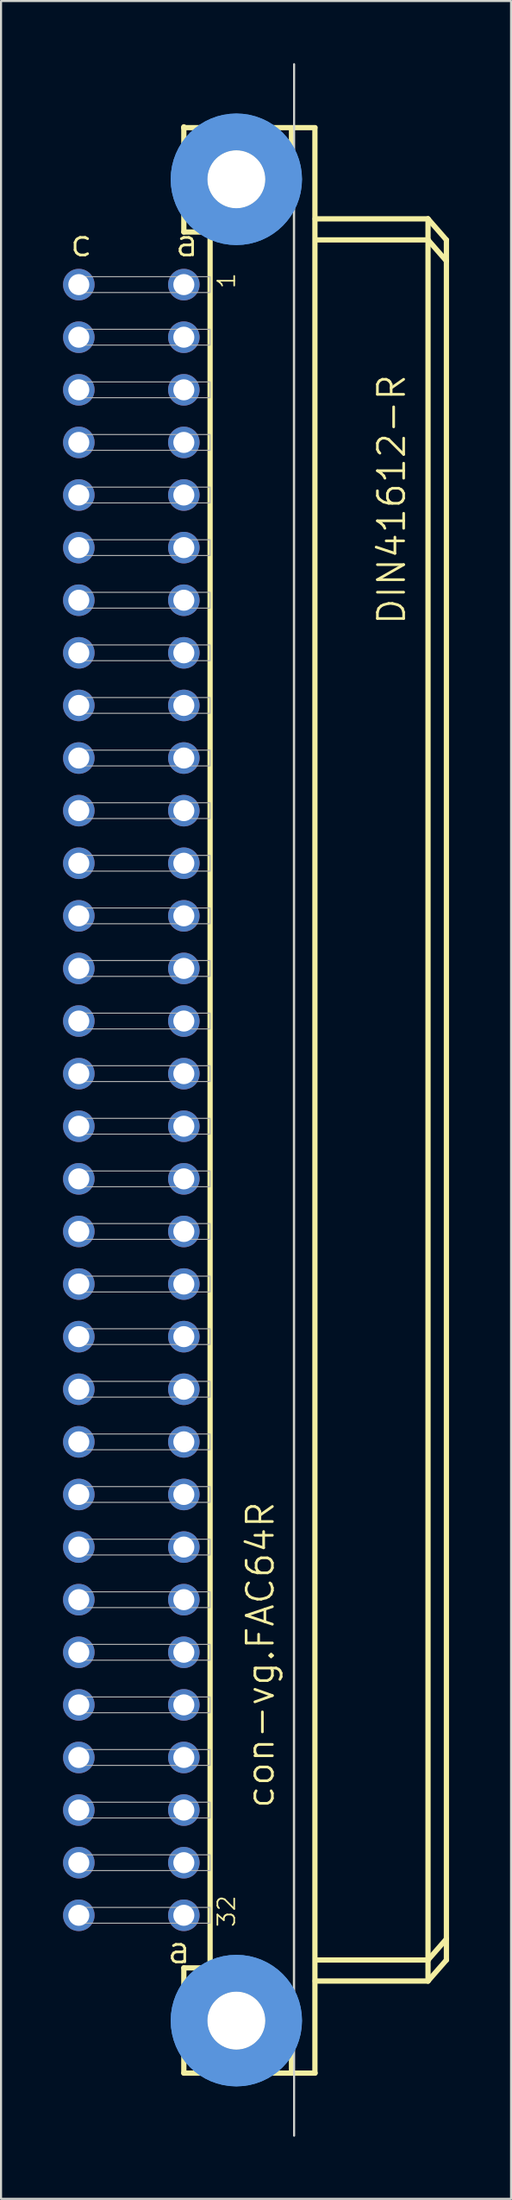
<source format=kicad_pcb>
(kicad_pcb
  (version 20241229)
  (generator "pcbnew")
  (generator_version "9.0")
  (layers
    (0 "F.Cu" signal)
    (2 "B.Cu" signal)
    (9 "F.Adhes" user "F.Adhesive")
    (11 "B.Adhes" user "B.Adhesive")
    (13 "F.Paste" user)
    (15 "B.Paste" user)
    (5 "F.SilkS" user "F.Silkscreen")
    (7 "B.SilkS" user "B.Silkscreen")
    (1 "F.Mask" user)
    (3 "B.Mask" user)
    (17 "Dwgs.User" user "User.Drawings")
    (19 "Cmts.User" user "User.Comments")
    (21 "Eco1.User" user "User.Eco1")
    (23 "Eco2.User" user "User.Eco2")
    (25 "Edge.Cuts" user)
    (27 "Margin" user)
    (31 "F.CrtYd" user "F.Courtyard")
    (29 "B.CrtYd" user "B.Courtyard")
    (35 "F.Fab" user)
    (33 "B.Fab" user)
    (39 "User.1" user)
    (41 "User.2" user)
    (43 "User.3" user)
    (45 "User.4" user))
  (footprint "con-vg.FAC64R"
    (layer "F.Cu")
    (at 8.382 50.063)
    (property "Reference" "con-vg.FAC64R" (at 1.905 34.29 90) (layer "F.SilkS") (effects (font (size 1.27 1.27) (thickness 0.13)) (justify left bottom)))
    (attr through_hole)
    (fp_line (start -2.54 -46.99) (end -2.54 -46.95) (stroke (width 0.254) (type default)) (layer "F.SilkS"))
    (fp_line (start -2.54 -46.95) (end -2.54 -41.91) (stroke (width 0.254) (type default)) (layer "F.SilkS"))
    (fp_line (start -2.54 -46.95) (end 3.81 -46.95) (stroke (width 0.254) (type default)) (layer "F.SilkS"))
    (fp_line (start -2.54 -41.91) (end -1.27 -41.91) (stroke (width 0.254) (type default)) (layer "F.SilkS"))
    (fp_line (start -2.54 41.91) (end -1.27 41.91) (stroke (width 0.254) (type default)) (layer "F.SilkS"))
    (fp_line (start -2.54 46.99) (end -2.54 41.91) (stroke (width 0.254) (type default)) (layer "F.SilkS"))
    (fp_line (start -2.54 46.99) (end 2.667 46.99) (stroke (width 0.254) (type default)) (layer "F.SilkS"))
    (fp_line (start -1.27 -41.91) (end -1.27 41.91) (stroke (width 0.254) (type default)) (layer "F.SilkS"))
    (fp_line (start -1.27 -41.91) (end 1.27 -41.91) (stroke (width 0.254) (type default)) (layer "F.SilkS"))
    (fp_line (start -1.27 41.91) (end 1.27 41.91) (stroke (width 0.254) (type default)) (layer "F.SilkS"))
    (fp_line (start 1.27 -41.91) (end 2.667 -43.18) (stroke (width 0.254) (type default)) (layer "F.SilkS"))
    (fp_line (start 1.27 41.91) (end 2.667 43.18) (stroke (width 0.254) (type default)) (layer "F.SilkS"))
    (fp_line (start 2.667 -43.18) (end 2.667 -46.863) (stroke (width 0.254) (type default)) (layer "F.SilkS"))
    (fp_line (start 2.667 43.18) (end 2.667 46.99) (stroke (width 0.254) (type default)) (layer "F.SilkS"))
    (fp_line (start 2.667 46.99) (end 3.81 46.99) (stroke (width 0.254) (type default)) (layer "F.SilkS"))
    (fp_line (start 2.76 -46.86) (end 2.76 46.987) (stroke (width 0.051) (type default)) (layer "F.SilkS"))
    (fp_line (start 3.8 46.987) (end 3.8 -46.86) (stroke (width 0.254) (type default)) (layer "F.SilkS"))
    (fp_line (start 3.81 -42.545) (end 9.271 -42.545) (stroke (width 0.254) (type default)) (layer "F.SilkS"))
    (fp_line (start 3.937 41.529) (end 9.271 41.529) (stroke (width 0.254) (type default)) (layer "F.SilkS"))
    (fp_line (start 9.271 -41.529) (end 3.937 -41.529) (stroke (width 0.254) (type default)) (layer "F.SilkS"))
    (fp_line (start 9.271 -41.529) (end 9.271 -42.545) (stroke (width 0.254) (type default)) (layer "F.SilkS"))
    (fp_line (start 9.271 41.529) (end 9.271 -41.529) (stroke (width 0.254) (type default)) (layer "F.SilkS"))
    (fp_line (start 9.271 41.529) (end 10.16 40.513) (stroke (width 0.254) (type default)) (layer "F.SilkS"))
    (fp_line (start 9.271 42.545) (end 3.81 42.545) (stroke (width 0.254) (type default)) (layer "F.SilkS"))
    (fp_line (start 9.271 42.545) (end 9.271 41.529) (stroke (width 0.254) (type default)) (layer "F.SilkS"))
    (fp_line (start 9.271 42.545) (end 10.16 41.529) (stroke (width 0.254) (type default)) (layer "F.SilkS"))
    (fp_line (start 10.16 -41.529) (end 9.271 -42.545) (stroke (width 0.254) (type default)) (layer "F.SilkS"))
    (fp_line (start 10.16 -40.513) (end 9.271 -41.529) (stroke (width 0.254) (type default)) (layer "F.SilkS"))
    (fp_line (start 10.16 -40.513) (end 10.16 -41.529) (stroke (width 0.254) (type default)) (layer "F.SilkS"))
    (fp_line (start 10.16 40.513) (end 10.16 -40.513) (stroke (width 0.254) (type default)) (layer "F.SilkS"))
    (fp_line (start 10.16 41.529) (end 10.16 40.513) (stroke (width 0.254) (type default)) (layer "F.SilkS"))
    (fp_circle (center 0 -44.456) (end 1.27 -44.456) (stroke (width 0.254) (type default)) (fill no) (layer "F.SilkS"))
    (fp_circle (center 0 44.456) (end 1.27 44.456) (stroke (width 0.254) (type default)) (fill no) (layer "F.SilkS"))
    (fp_circle (center 0 -44.456) (end 2.286 -44.456) (stroke (width 1.778) (type default)) (fill no) (layer "Cmts.User"))
    (fp_circle (center 0 -44.456) (end 2.286 -44.456) (stroke (width 1.778) (type default)) (fill no) (layer "Cmts.User"))
    (fp_circle (center 0 44.456) (end 2.286 44.456) (stroke (width 1.778) (type default)) (fill no) (layer "Cmts.User"))
    (fp_circle (center 0 44.456) (end 2.286 44.456) (stroke (width 1.778) (type default)) (fill no) (layer "Cmts.User"))
    (fp_line (start 2.794 50.013) (end 2.794 -50.013) (stroke (width 0.1) (type default)) (layer "Edge.Cuts"))
    (fp_rect (start -7.874 -38.989) (end -1.27 -39.751) (stroke (width 0.05) (type default)) (fill no) (layer "F.Fab"))
    (fp_rect (start -7.874 -36.449) (end -1.27 -37.211) (stroke (width 0.05) (type default)) (fill no) (layer "F.Fab"))
    (fp_rect (start -7.874 -33.909) (end -1.27 -34.671) (stroke (width 0.05) (type default)) (fill no) (layer "F.Fab"))
    (fp_rect (start -7.874 -31.369) (end -1.27 -32.131) (stroke (width 0.05) (type default)) (fill no) (layer "F.Fab"))
    (fp_rect (start -7.874 -28.829) (end -1.27 -29.591) (stroke (width 0.05) (type default)) (fill no) (layer "F.Fab"))
    (fp_rect (start -7.874 -26.289) (end -1.27 -27.051) (stroke (width 0.05) (type default)) (fill no) (layer "F.Fab"))
    (fp_rect (start -7.874 -23.749) (end -1.27 -24.511) (stroke (width 0.05) (type default)) (fill no) (layer "F.Fab"))
    (fp_rect (start -7.874 -21.209) (end -1.27 -21.971) (stroke (width 0.05) (type default)) (fill no) (layer "F.Fab"))
    (fp_rect (start -7.874 -18.669) (end -1.27 -19.431) (stroke (width 0.05) (type default)) (fill no) (layer "F.Fab"))
    (fp_rect (start -7.874 -16.129) (end -1.27 -16.891) (stroke (width 0.05) (type default)) (fill no) (layer "F.Fab"))
    (fp_rect (start -7.874 -13.589) (end -1.27 -14.351) (stroke (width 0.05) (type default)) (fill no) (layer "F.Fab"))
    (fp_rect (start -7.874 -11.049) (end -1.27 -11.811) (stroke (width 0.05) (type default)) (fill no) (layer "F.Fab"))
    (fp_rect (start -7.874 -8.509) (end -1.27 -9.271) (stroke (width 0.05) (type default)) (fill no) (layer "F.Fab"))
    (fp_rect (start -7.874 -5.969) (end -1.27 -6.731) (stroke (width 0.05) (type default)) (fill no) (layer "F.Fab"))
    (fp_rect (start -7.874 -3.429) (end -1.27 -4.191) (stroke (width 0.05) (type default)) (fill no) (layer "F.Fab"))
    (fp_rect (start -7.874 -0.889) (end -1.27 -1.651) (stroke (width 0.05) (type default)) (fill no) (layer "F.Fab"))
    (fp_rect (start -7.874 1.651) (end -1.27 0.889) (stroke (width 0.05) (type default)) (fill no) (layer "F.Fab"))
    (fp_rect (start -7.874 4.191) (end -1.27 3.429) (stroke (width 0.05) (type default)) (fill no) (layer "F.Fab"))
    (fp_rect (start -7.874 6.731) (end -1.27 5.969) (stroke (width 0.05) (type default)) (fill no) (layer "F.Fab"))
    (fp_rect (start -7.874 9.271) (end -1.27 8.509) (stroke (width 0.05) (type default)) (fill no) (layer "F.Fab"))
    (fp_rect (start -7.874 11.811) (end -1.27 11.049) (stroke (width 0.05) (type default)) (fill no) (layer "F.Fab"))
    (fp_rect (start -7.874 14.351) (end -1.27 13.589) (stroke (width 0.05) (type default)) (fill no) (layer "F.Fab"))
    (fp_rect (start -7.874 16.891) (end -1.27 16.129) (stroke (width 0.05) (type default)) (fill no) (layer "F.Fab"))
    (fp_rect (start -7.874 19.431) (end -1.27 18.669) (stroke (width 0.05) (type default)) (fill no) (layer "F.Fab"))
    (fp_rect (start -7.874 21.971) (end -1.27 21.209) (stroke (width 0.05) (type default)) (fill no) (layer "F.Fab"))
    (fp_rect (start -7.874 24.511) (end -1.27 23.749) (stroke (width 0.05) (type default)) (fill no) (layer "F.Fab"))
    (fp_rect (start -7.874 27.051) (end -1.27 26.289) (stroke (width 0.05) (type default)) (fill no) (layer "F.Fab"))
    (fp_rect (start -7.874 29.591) (end -1.27 28.829) (stroke (width 0.05) (type default)) (fill no) (layer "F.Fab"))
    (fp_rect (start -7.874 32.131) (end -1.27 31.369) (stroke (width 0.05) (type default)) (fill no) (layer "F.Fab"))
    (fp_rect (start -7.874 34.671) (end -1.27 33.909) (stroke (width 0.05) (type default)) (fill no) (layer "F.Fab"))
    (fp_rect (start -7.874 37.211) (end -1.27 36.449) (stroke (width 0.05) (type default)) (fill no) (layer "F.Fab"))
    (fp_rect (start -7.874 39.751) (end -1.27 38.989) (stroke (width 0.05) (type default)) (fill no) (layer "F.Fab"))
    (fp_text user "DIN41612-R" (at 8.255 -22.86 90) (layer "F.SilkS") (effects (font (size 1.27 1.27) (thickness 0.13)) (justify left bottom)))
    (fp_text user "a " (at -3.429 41.783 0) (layer "F.SilkS") (effects (font (size 1.27 1.27) (thickness 0.13)) (justify left bottom)))
    (fp_text user "a" (at -3.048 -40.64 0) (layer "F.SilkS") (effects (font (size 1.27 1.27) (thickness 0.13)) (justify left bottom)))
    (fp_text user "c" (at -8.128 -40.64 0) (layer "F.SilkS") (effects (font (size 1.27 1.27) (thickness 0.13)) (justify left bottom)))
    (fp_text user "32" (at 0 40.005 90) (layer "F.SilkS") (effects (font (size 0.813 0.813) (thickness 0.08)) (justify left bottom)))
    (fp_text user "1" (at 0 -39.116 90) (layer "F.SilkS") (effects (font (size 0.813 0.813) (thickness 0.08)) (justify left bottom)))
    (pad "" np_thru_hole circle (at 0 -44.456) (size 2.794 2.794) (drill 2.794) (layers "*.Cu" "*.Mask"))
    (pad "" np_thru_hole circle (at 0 44.456) (size 2.794 2.794) (drill 2.794) (layers "*.Cu" "*.Mask"))
    (pad "A1" thru_hole circle (at -2.54 -39.37) (size 1.524 1.524) (drill 1.016) (layers "*.Cu" "*.Mask"))
    (pad "A2" thru_hole circle (at -2.54 -36.83) (size 1.524 1.524) (drill 1.016) (layers "*.Cu" "*.Mask"))
    (pad "A3" thru_hole circle (at -2.54 -34.29) (size 1.524 1.524) (drill 1.016) (layers "*.Cu" "*.Mask"))
    (pad "A4" thru_hole circle (at -2.54 -31.75) (size 1.524 1.524) (drill 1.016) (layers "*.Cu" "*.Mask"))
    (pad "A5" thru_hole circle (at -2.54 -29.21) (size 1.524 1.524) (drill 1.016) (layers "*.Cu" "*.Mask"))
    (pad "A6" thru_hole circle (at -2.54 -26.67) (size 1.524 1.524) (drill 1.016) (layers "*.Cu" "*.Mask"))
    (pad "A7" thru_hole circle (at -2.54 -24.13) (size 1.524 1.524) (drill 1.016) (layers "*.Cu" "*.Mask"))
    (pad "A8" thru_hole circle (at -2.54 -21.59) (size 1.524 1.524) (drill 1.016) (layers "*.Cu" "*.Mask"))
    (pad "A9" thru_hole circle (at -2.54 -19.05) (size 1.524 1.524) (drill 1.016) (layers "*.Cu" "*.Mask"))
    (pad "A10" thru_hole circle (at -2.54 -16.51) (size 1.524 1.524) (drill 1.016) (layers "*.Cu" "*.Mask"))
    (pad "A11" thru_hole circle (at -2.54 -13.97) (size 1.524 1.524) (drill 1.016) (layers "*.Cu" "*.Mask"))
    (pad "A12" thru_hole circle (at -2.54 -11.43) (size 1.524 1.524) (drill 1.016) (layers "*.Cu" "*.Mask"))
    (pad "A13" thru_hole circle (at -2.54 -8.89) (size 1.524 1.524) (drill 1.016) (layers "*.Cu" "*.Mask"))
    (pad "A14" thru_hole circle (at -2.54 -6.35) (size 1.524 1.524) (drill 1.016) (layers "*.Cu" "*.Mask"))
    (pad "A15" thru_hole circle (at -2.54 -3.81) (size 1.524 1.524) (drill 1.016) (layers "*.Cu" "*.Mask"))
    (pad "A16" thru_hole circle (at -2.54 -1.27) (size 1.524 1.524) (drill 1.016) (layers "*.Cu" "*.Mask"))
    (pad "A17" thru_hole circle (at -2.54 1.27) (size 1.524 1.524) (drill 1.016) (layers "*.Cu" "*.Mask"))
    (pad "A18" thru_hole circle (at -2.54 3.81) (size 1.524 1.524) (drill 1.016) (layers "*.Cu" "*.Mask"))
    (pad "A19" thru_hole circle (at -2.54 6.35) (size 1.524 1.524) (drill 1.016) (layers "*.Cu" "*.Mask"))
    (pad "A20" thru_hole circle (at -2.54 8.89) (size 1.524 1.524) (drill 1.016) (layers "*.Cu" "*.Mask"))
    (pad "A21" thru_hole circle (at -2.54 11.43) (size 1.524 1.524) (drill 1.016) (layers "*.Cu" "*.Mask"))
    (pad "A22" thru_hole circle (at -2.54 13.97) (size 1.524 1.524) (drill 1.016) (layers "*.Cu" "*.Mask"))
    (pad "A23" thru_hole circle (at -2.54 16.51) (size 1.524 1.524) (drill 1.016) (layers "*.Cu" "*.Mask"))
    (pad "A24" thru_hole circle (at -2.54 19.05) (size 1.524 1.524) (drill 1.016) (layers "*.Cu" "*.Mask"))
    (pad "A25" thru_hole circle (at -2.54 21.59) (size 1.524 1.524) (drill 1.016) (layers "*.Cu" "*.Mask"))
    (pad "A26" thru_hole circle (at -2.54 24.13) (size 1.524 1.524) (drill 1.016) (layers "*.Cu" "*.Mask"))
    (pad "A27" thru_hole circle (at -2.54 26.67) (size 1.524 1.524) (drill 1.016) (layers "*.Cu" "*.Mask"))
    (pad "A28" thru_hole circle (at -2.54 29.21) (size 1.524 1.524) (drill 1.016) (layers "*.Cu" "*.Mask"))
    (pad "A29" thru_hole circle (at -2.54 31.75) (size 1.524 1.524) (drill 1.016) (layers "*.Cu" "*.Mask"))
    (pad "A30" thru_hole circle (at -2.54 34.29) (size 1.524 1.524) (drill 1.016) (layers "*.Cu" "*.Mask"))
    (pad "A31" thru_hole circle (at -2.54 36.83) (size 1.524 1.524) (drill 1.016) (layers "*.Cu" "*.Mask"))
    (pad "A32" thru_hole circle (at -2.54 39.37) (size 1.524 1.524) (drill 1.016) (layers "*.Cu" "*.Mask"))
    (pad "C1" thru_hole circle (at -7.62 -39.37) (size 1.524 1.524) (drill 1.016) (layers "*.Cu" "*.Mask"))
    (pad "C2" thru_hole circle (at -7.62 -36.83) (size 1.524 1.524) (drill 1.016) (layers "*.Cu" "*.Mask"))
    (pad "C3" thru_hole circle (at -7.62 -34.29) (size 1.524 1.524) (drill 1.016) (layers "*.Cu" "*.Mask"))
    (pad "C4" thru_hole circle (at -7.62 -31.75) (size 1.524 1.524) (drill 1.016) (layers "*.Cu" "*.Mask"))
    (pad "C5" thru_hole circle (at -7.62 -29.21) (size 1.524 1.524) (drill 1.016) (layers "*.Cu" "*.Mask"))
    (pad "C6" thru_hole circle (at -7.62 -26.67) (size 1.524 1.524) (drill 1.016) (layers "*.Cu" "*.Mask"))
    (pad "C7" thru_hole circle (at -7.62 -24.13) (size 1.524 1.524) (drill 1.016) (layers "*.Cu" "*.Mask"))
    (pad "C8" thru_hole circle (at -7.62 -21.59) (size 1.524 1.524) (drill 1.016) (layers "*.Cu" "*.Mask"))
    (pad "C9" thru_hole circle (at -7.62 -19.05) (size 1.524 1.524) (drill 1.016) (layers "*.Cu" "*.Mask"))
    (pad "C10" thru_hole circle (at -7.62 -16.51) (size 1.524 1.524) (drill 1.016) (layers "*.Cu" "*.Mask"))
    (pad "C11" thru_hole circle (at -7.62 -13.97) (size 1.524 1.524) (drill 1.016) (layers "*.Cu" "*.Mask"))
    (pad "C12" thru_hole circle (at -7.62 -11.43) (size 1.524 1.524) (drill 1.016) (layers "*.Cu" "*.Mask"))
    (pad "C13" thru_hole circle (at -7.62 -8.89) (size 1.524 1.524) (drill 1.016) (layers "*.Cu" "*.Mask"))
    (pad "C14" thru_hole circle (at -7.62 -6.35) (size 1.524 1.524) (drill 1.016) (layers "*.Cu" "*.Mask"))
    (pad "C15" thru_hole circle (at -7.62 -3.81) (size 1.524 1.524) (drill 1.016) (layers "*.Cu" "*.Mask"))
    (pad "C16" thru_hole circle (at -7.62 -1.27) (size 1.524 1.524) (drill 1.016) (layers "*.Cu" "*.Mask"))
    (pad "C17" thru_hole circle (at -7.62 1.27) (size 1.524 1.524) (drill 1.016) (layers "*.Cu" "*.Mask"))
    (pad "C18" thru_hole circle (at -7.62 3.81) (size 1.524 1.524) (drill 1.016) (layers "*.Cu" "*.Mask"))
    (pad "C19" thru_hole circle (at -7.62 6.35) (size 1.524 1.524) (drill 1.016) (layers "*.Cu" "*.Mask"))
    (pad "C20" thru_hole circle (at -7.62 8.89) (size 1.524 1.524) (drill 1.016) (layers "*.Cu" "*.Mask"))
    (pad "C21" thru_hole circle (at -7.62 11.43) (size 1.524 1.524) (drill 1.016) (layers "*.Cu" "*.Mask"))
    (pad "C22" thru_hole circle (at -7.62 13.97) (size 1.524 1.524) (drill 1.016) (layers "*.Cu" "*.Mask"))
    (pad "C23" thru_hole circle (at -7.62 16.51) (size 1.524 1.524) (drill 1.016) (layers "*.Cu" "*.Mask"))
    (pad "C24" thru_hole circle (at -7.62 19.05) (size 1.524 1.524) (drill 1.016) (layers "*.Cu" "*.Mask"))
    (pad "C25" thru_hole circle (at -7.62 21.59) (size 1.524 1.524) (drill 1.016) (layers "*.Cu" "*.Mask"))
    (pad "C26" thru_hole circle (at -7.62 24.13) (size 1.524 1.524) (drill 1.016) (layers "*.Cu" "*.Mask"))
    (pad "C27" thru_hole circle (at -7.62 26.67) (size 1.524 1.524) (drill 1.016) (layers "*.Cu" "*.Mask"))
    (pad "C28" thru_hole circle (at -7.62 29.21) (size 1.524 1.524) (drill 1.016) (layers "*.Cu" "*.Mask"))
    (pad "C29" thru_hole circle (at -7.62 31.75) (size 1.524 1.524) (drill 1.016) (layers "*.Cu" "*.Mask"))
    (pad "C30" thru_hole circle (at -7.62 34.29) (size 1.524 1.524) (drill 1.016) (layers "*.Cu" "*.Mask"))
    (pad "C31" thru_hole circle (at -7.62 36.83) (size 1.524 1.524) (drill 1.016) (layers "*.Cu" "*.Mask"))
    (pad "C32" thru_hole circle (at -7.62 39.37) (size 1.524 1.524) (drill 1.016) (layers "*.Cu" "*.Mask")))
  (gr_rect
    (start -3 -3)
    (end 21.669 103.125)
    (stroke (width 0.1) (type default))
    (fill no)
    (layer "Edge.Cuts")))
</source>
